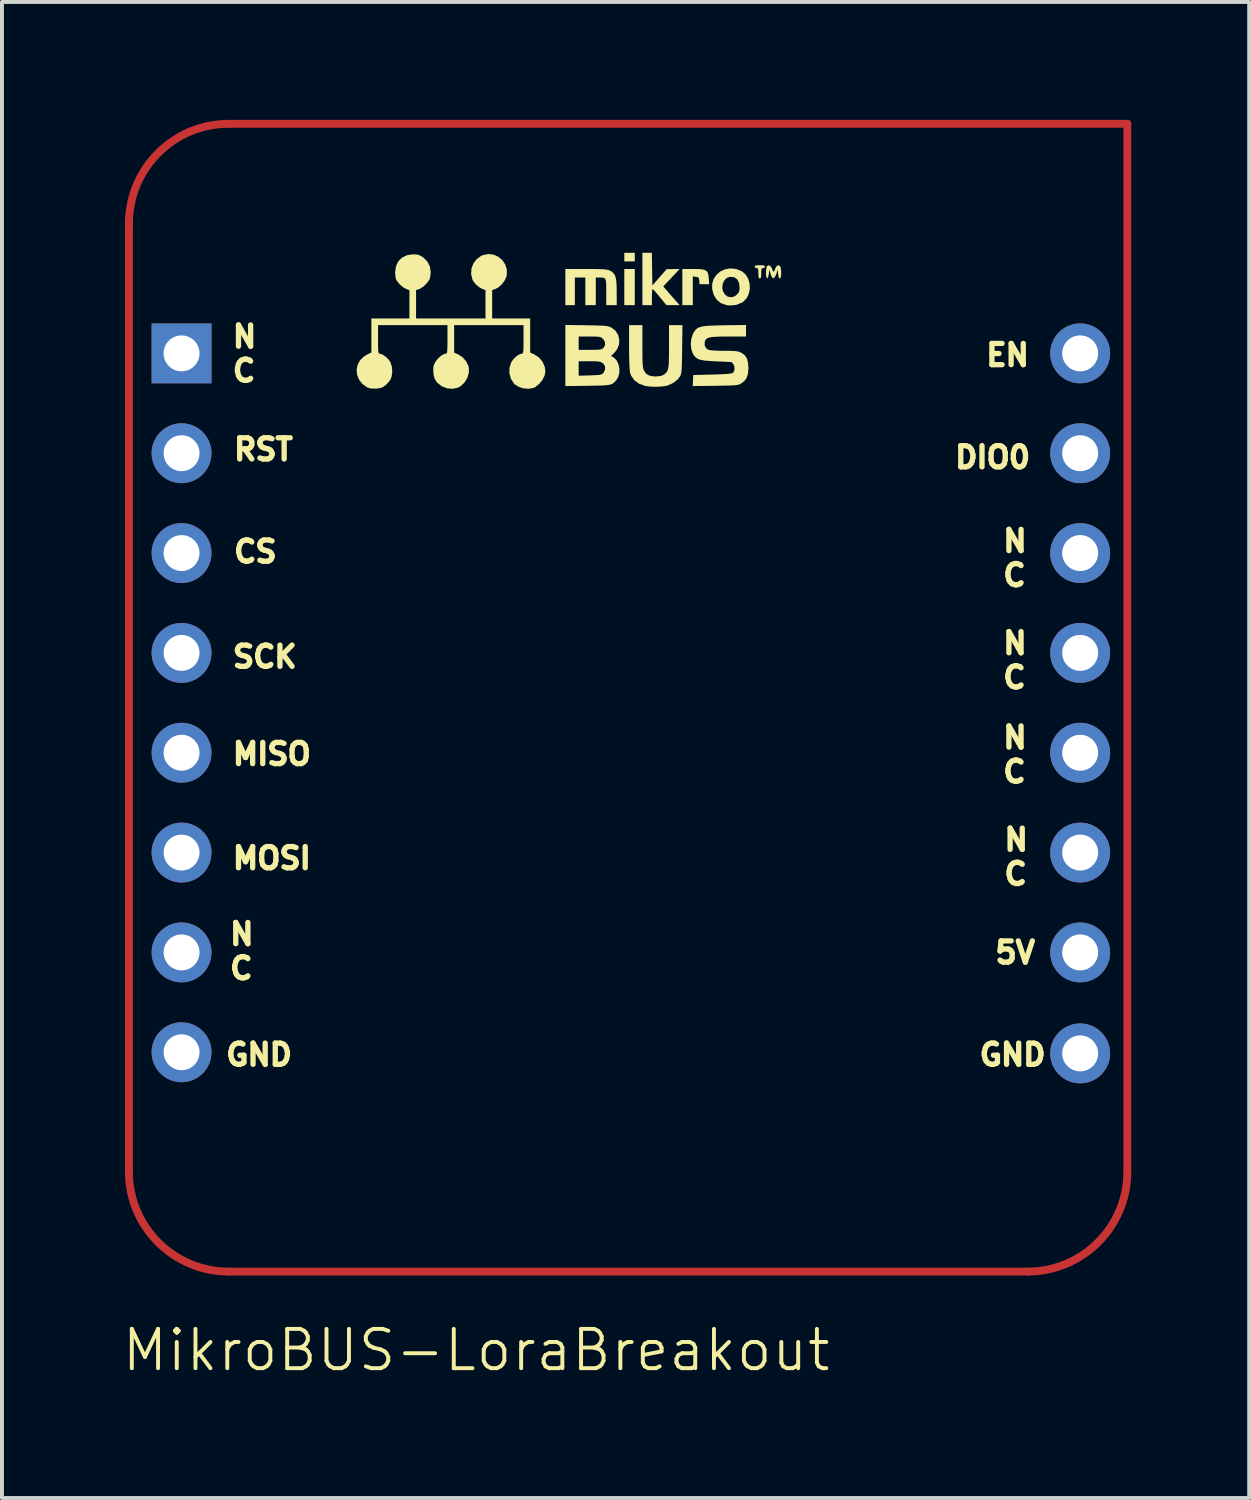
<source format=kicad_pcb>
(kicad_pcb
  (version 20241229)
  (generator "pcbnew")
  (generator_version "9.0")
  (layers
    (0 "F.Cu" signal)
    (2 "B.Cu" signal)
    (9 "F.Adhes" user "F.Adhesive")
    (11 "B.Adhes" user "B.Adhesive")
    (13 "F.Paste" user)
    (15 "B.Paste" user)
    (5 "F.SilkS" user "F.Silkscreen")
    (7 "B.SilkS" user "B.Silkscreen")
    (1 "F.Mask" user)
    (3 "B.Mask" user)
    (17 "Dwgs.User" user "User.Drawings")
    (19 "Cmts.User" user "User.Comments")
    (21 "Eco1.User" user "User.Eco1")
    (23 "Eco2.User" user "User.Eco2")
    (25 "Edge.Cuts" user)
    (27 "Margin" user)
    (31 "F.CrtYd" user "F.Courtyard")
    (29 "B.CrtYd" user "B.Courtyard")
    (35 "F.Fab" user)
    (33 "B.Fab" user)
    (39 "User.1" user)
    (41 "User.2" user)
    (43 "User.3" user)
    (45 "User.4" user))
  (footprint "MikroBUS-LoraBreakout"
    (layer "F.Cu")
    (at 13 15.3)
    (property "Reference" "MikroBUS-LoraBreakout" (at -13 16 0) (unlocked yes) (layer "F.SilkS") (effects (font (size 1 1) (thickness 0.1)) (justify left)))
    (fp_line (start -12.77 11.46) (end -12.77 -12.66) (stroke (width 0.2) (type default)) (layer "F.Cu"))
    (fp_line (start -10.23 -15.2) (end 12.63 -15.2) (stroke (width 0.2) (type default)) (layer "F.Cu"))
    (fp_line (start 10.09 14) (end -10.23 14) (stroke (width 0.2) (type default)) (layer "F.Cu"))
    (fp_line (start 12.63 -15.2) (end 12.63 11.46) (stroke (width 0.2) (type default)) (layer "F.Cu"))
    (fp_arc (start -12.77 -12.66) (mid -12.026051 -14.456051) (end -10.23 -15.2) (stroke (width 0.2) (type default)) (layer "F.Cu"))
    (fp_arc (start -10.23 14) (mid -12.026051 13.256051) (end -12.77 11.46) (stroke (width 0.2) (type default)) (layer "F.Cu"))
    (fp_arc (start 12.63 11.46) (mid 11.886051 13.256051) (end 10.09 14) (stroke (width 0.2) (type default)) (layer "F.Cu"))
    (fp_poly (pts (xy 0.099 -11.809) (xy 0.099 -11.7) (xy -0.034 -11.7) (xy -0.167 -11.7) (xy -0.167 -11.809) (xy -0.167 -11.918) (xy -0.034 -11.918) (xy 0.099 -11.918)) (stroke (width 0) (type solid)) (fill yes) (layer "F.SilkS"))
    (fp_poly (pts (xy 0.099 -11.047) (xy 0.099 -10.587) (xy -0.034 -10.587) (xy -0.167 -10.587) (xy -0.167 -11.047) (xy -0.167 -11.506) (xy -0.034 -11.506) (xy 0.099 -11.506)) (stroke (width 0) (type solid)) (fill yes) (layer "F.SilkS"))
    (fp_poly (pts (xy 1.728 -11.504) (xy 1.831 -11.495) (xy 1.9 -11.473) (xy 1.943 -11.436) (xy 1.967 -11.378) (xy 1.979 -11.295) (xy 1.981 -11.268) (xy 1.992 -11.119) (xy 1.869 -11.119) (xy 1.747 -11.119) (xy 1.74 -11.21) (xy 1.73 -11.27) (xy 1.707 -11.298) (xy 1.656 -11.308) (xy 1.653 -11.308) (xy 1.575 -11.316) (xy 1.575 -10.951) (xy 1.575 -10.587) (xy 1.442 -10.587) (xy 1.309 -10.587) (xy 1.309 -11.047) (xy 1.309 -11.506) (xy 1.584 -11.506)) (stroke (width 0) (type solid)) (fill yes) (layer "F.SilkS"))
    (fp_poly (pts (xy 3.36 -11.6) (xy 3.402 -11.588) (xy 3.413 -11.567) (xy 3.393 -11.537) (xy 3.365 -11.53) (xy 3.337 -11.525) (xy 3.322 -11.5) (xy 3.317 -11.444) (xy 3.316 -11.397) (xy 3.313 -11.317) (xy 3.302 -11.276) (xy 3.28 -11.264) (xy 3.258 -11.276) (xy 3.247 -11.318) (xy 3.244 -11.397) (xy 3.242 -11.474) (xy 3.233 -11.514) (xy 3.212 -11.529) (xy 3.196 -11.53) (xy 3.156 -11.546) (xy 3.147 -11.567) (xy 3.159 -11.589) (xy 3.201 -11.6) (xy 3.28 -11.603)) (stroke (width 0) (type solid)) (fill yes) (layer "F.SilkS"))
    (fp_poly (pts (xy 0.54 -11.502) (xy 0.547 -11.087) (xy 0.728 -11.295) (xy 0.91 -11.503) (xy 1.075 -11.504) (xy 1.241 -11.506) (xy 1.032 -11.285) (xy 0.824 -11.064) (xy 0.903 -10.972) (xy 0.959 -10.907) (xy 1.032 -10.823) (xy 1.107 -10.738) (xy 1.111 -10.733) (xy 1.241 -10.587) (xy 1.072 -10.587) (xy 0.904 -10.587) (xy 0.737 -10.791) (xy 0.668 -10.874) (xy 0.61 -10.941) (xy 0.568 -10.985) (xy 0.553 -10.997) (xy 0.545 -10.975) (xy 0.538 -10.916) (xy 0.535 -10.831) (xy 0.535 -10.793) (xy 0.535 -10.587) (xy 0.414 -10.587) (xy 0.293 -10.587) (xy 0.293 -11.252) (xy 0.293 -11.918) (xy 0.413 -11.918) (xy 0.533 -11.918)) (stroke (width 0) (type solid)) (fill yes) (layer "F.SilkS"))
    (fp_poly (pts (xy 3.54 -11.589) (xy 3.579 -11.544) (xy 3.591 -11.512) (xy 3.614 -11.451) (xy 3.636 -11.439) (xy 3.658 -11.475) (xy 3.671 -11.512) (xy 3.701 -11.572) (xy 3.743 -11.6) (xy 3.783 -11.593) (xy 3.809 -11.55) (xy 3.822 -11.472) (xy 3.825 -11.391) (xy 3.819 -11.321) (xy 3.804 -11.275) (xy 3.79 -11.264) (xy 3.765 -11.283) (xy 3.751 -11.342) (xy 3.747 -11.379) (xy 3.74 -11.494) (xy 3.702 -11.385) (xy 3.665 -11.304) (xy 3.63 -11.272) (xy 3.596 -11.287) (xy 3.564 -11.351) (xy 3.556 -11.378) (xy 3.522 -11.494) (xy 3.51 -11.387) (xy 3.494 -11.305) (xy 3.474 -11.269) (xy 3.455 -11.279) (xy 3.441 -11.333) (xy 3.438 -11.401) (xy 3.441 -11.484) (xy 3.45 -11.549) (xy 3.459 -11.575) (xy 3.496 -11.602)) (stroke (width 0) (type solid)) (fill yes) (layer "F.SilkS"))
    (fp_poly (pts (xy -1.141 -11.506) (xy -0.962 -11.506) (xy -0.826 -11.504) (xy -0.724 -11.501) (xy -0.649 -11.495) (xy -0.595 -11.486) (xy -0.555 -11.475) (xy -0.53 -11.464) (xy -0.469 -11.426) (xy -0.424 -11.378) (xy -0.393 -11.311) (xy -0.373 -11.219) (xy -0.363 -11.094) (xy -0.361 -10.928) (xy -0.361 -10.92) (xy -0.36 -10.587) (xy -0.494 -10.587) (xy -0.627 -10.587) (xy -0.627 -10.923) (xy -0.627 -11.063) (xy -0.63 -11.162) (xy -0.64 -11.226) (xy -0.659 -11.264) (xy -0.691 -11.282) (xy -0.739 -11.288) (xy -0.798 -11.289) (xy -0.893 -11.289) (xy -0.893 -10.938) (xy -0.893 -10.587) (xy -1.026 -10.587) (xy -1.159 -10.587) (xy -1.159 -10.938) (xy -1.159 -11.289) (xy -1.292 -11.289) (xy -1.425 -11.289) (xy -1.425 -10.938) (xy -1.425 -10.587) (xy -1.546 -10.587) (xy -1.667 -10.587) (xy -1.667 -11.047) (xy -1.667 -11.506)) (stroke (width 0) (type solid)) (fill yes) (layer "F.SilkS"))
    (fp_poly (pts (xy 2.673 -11.508) (xy 2.813 -11.454) (xy 2.819 -11.451) (xy 2.917 -11.37) (xy 2.984 -11.263) (xy 3.02 -11.138) (xy 3.026 -11.007) (xy 3.001 -10.878) (xy 2.946 -10.764) (xy 2.86 -10.673) (xy 2.824 -10.65) (xy 2.673 -10.591) (xy 2.509 -10.578) (xy 2.425 -10.589) (xy 2.29 -10.638) (xy 2.184 -10.724) (xy 2.109 -10.846) (xy 2.069 -10.989) (xy 2.069 -11.012) (xy 2.326 -11.012) (xy 2.35 -10.925) (xy 2.397 -10.854) (xy 2.462 -10.805) (xy 2.54 -10.786) (xy 2.623 -10.804) (xy 2.689 -10.848) (xy 2.739 -10.902) (xy 2.761 -10.961) (xy 2.766 -11.024) (xy 2.753 -11.148) (xy 2.71 -11.238) (xy 2.639 -11.291) (xy 2.623 -11.297) (xy 2.517 -11.308) (xy 2.431 -11.275) (xy 2.372 -11.209) (xy 2.332 -11.109) (xy 2.326 -11.012) (xy 2.069 -11.012) (xy 2.068 -11.131) (xy 2.107 -11.257) (xy 2.18 -11.363) (xy 2.279 -11.446) (xy 2.399 -11.5) (xy 2.532 -11.522)) (stroke (width 0) (type solid)) (fill yes) (layer "F.SilkS"))
    (fp_poly (pts (xy 0.293 -9.541) (xy 0.293 -9.361) (xy 0.295 -9.222) (xy 0.298 -9.118) (xy 0.304 -9.042) (xy 0.312 -8.987) (xy 0.323 -8.947) (xy 0.335 -8.918) (xy 0.389 -8.842) (xy 0.463 -8.796) (xy 0.567 -8.776) (xy 0.631 -8.773) (xy 0.754 -8.783) (xy 0.841 -8.817) (xy 0.904 -8.878) (xy 0.928 -8.918) (xy 0.942 -8.952) (xy 0.952 -8.994) (xy 0.96 -9.052) (xy 0.965 -9.132) (xy 0.968 -9.24) (xy 0.97 -9.385) (xy 0.97 -9.541) (xy 0.97 -10.079) (xy 1.141 -10.079) (xy 1.312 -10.079) (xy 1.304 -9.468) (xy 1.302 -9.276) (xy 1.298 -9.126) (xy 1.294 -9.012) (xy 1.289 -8.927) (xy 1.281 -8.866) (xy 1.272 -8.822) (xy 1.259 -8.79) (xy 1.253 -8.778) (xy 1.18 -8.686) (xy 1.073 -8.605) (xy 0.95 -8.548) (xy 0.895 -8.533) (xy 0.774 -8.516) (xy 0.632 -8.51) (xy 0.491 -8.515) (xy 0.372 -8.53) (xy 0.358 -8.533) (xy 0.206 -8.589) (xy 0.088 -8.676) (xy 0.007 -8.791) (xy -0.021 -8.864) (xy -0.028 -8.915) (xy -0.034 -9.005) (xy -0.04 -9.128) (xy -0.044 -9.275) (xy -0.046 -9.438) (xy -0.046 -9.517) (xy -0.046 -10.079) (xy 0.123 -10.079) (xy 0.293 -10.079)) (stroke (width 0) (type solid)) (fill yes) (layer "F.SilkS"))
    (fp_poly (pts (xy -1.129 -10.075) (xy -0.951 -10.072) (xy -0.816 -10.068) (xy -0.714 -10.064) (xy -0.64 -10.058) (xy -0.585 -10.049) (xy -0.544 -10.038) (xy -0.509 -10.023) (xy -0.494 -10.015) (xy -0.392 -9.935) (xy -0.325 -9.831) (xy -0.295 -9.712) (xy -0.301 -9.589) (xy -0.346 -9.47) (xy -0.422 -9.373) (xy -0.504 -9.296) (xy -0.436 -9.255) (xy -0.365 -9.185) (xy -0.316 -9.086) (xy -0.292 -8.97) (xy -0.295 -8.852) (xy -0.328 -8.746) (xy -0.352 -8.707) (xy -0.39 -8.657) (xy -0.426 -8.619) (xy -0.465 -8.59) (xy -0.516 -8.569) (xy -0.583 -8.555) (xy -0.675 -8.546) (xy -0.797 -8.541) (xy -0.956 -8.537) (xy -1.1 -8.535) (xy -1.667 -8.528) (xy -1.667 -8.976) (xy -1.328 -8.976) (xy -1.328 -8.792) (xy -1.036 -8.8) (xy -0.911 -8.805) (xy -0.826 -8.81) (xy -0.77 -8.819) (xy -0.735 -8.832) (xy -0.71 -8.851) (xy -0.697 -8.866) (xy -0.656 -8.948) (xy -0.658 -9.03) (xy -0.703 -9.1) (xy -0.715 -9.11) (xy -0.748 -9.132) (xy -0.789 -9.146) (xy -0.846 -9.155) (xy -0.932 -9.159) (xy -1.053 -9.16) (xy -1.328 -9.16) (xy -1.328 -8.976) (xy -1.667 -8.976) (xy -1.667 -9.305) (xy -1.667 -9.619) (xy -1.328 -9.619) (xy -1.328 -9.45) (xy -1.038 -9.45) (xy -0.912 -9.451) (xy -0.826 -9.454) (xy -0.769 -9.461) (xy -0.732 -9.474) (xy -0.705 -9.493) (xy -0.699 -9.498) (xy -0.657 -9.57) (xy -0.66 -9.649) (xy -0.706 -9.725) (xy -0.71 -9.729) (xy -0.739 -9.755) (xy -0.77 -9.772) (xy -0.814 -9.782) (xy -0.88 -9.787) (xy -0.98 -9.789) (xy -1.049 -9.789) (xy -1.328 -9.789) (xy -1.328 -9.619) (xy -1.667 -9.619) (xy -1.667 -10.083)) (stroke (width 0) (type solid)) (fill yes) (layer "F.SilkS"))
    (fp_poly (pts (xy 2.929 -9.936) (xy 2.929 -9.789) (xy 2.481 -9.789) (xy 2.297 -9.788) (xy 2.157 -9.783) (xy 2.052 -9.774) (xy 1.979 -9.758) (xy 1.929 -9.735) (xy 1.899 -9.704) (xy 1.881 -9.661) (xy 1.878 -9.645) (xy 1.878 -9.556) (xy 1.92 -9.485) (xy 1.977 -9.449) (xy 2.023 -9.44) (xy 2.106 -9.433) (xy 2.216 -9.428) (xy 2.342 -9.426) (xy 2.376 -9.426) (xy 2.517 -9.425) (xy 2.621 -9.421) (xy 2.695 -9.414) (xy 2.75 -9.402) (xy 2.795 -9.384) (xy 2.803 -9.38) (xy 2.892 -9.318) (xy 2.95 -9.236) (xy 2.981 -9.124) (xy 2.99 -8.99) (xy 2.98 -8.848) (xy 2.947 -8.739) (xy 2.887 -8.656) (xy 2.808 -8.596) (xy 2.779 -8.579) (xy 2.747 -8.566) (xy 2.706 -8.556) (xy 2.649 -8.549) (xy 2.569 -8.544) (xy 2.46 -8.541) (xy 2.316 -8.538) (xy 2.148 -8.535) (xy 1.572 -8.528) (xy 1.58 -8.668) (xy 1.587 -8.809) (xy 2.073 -8.821) (xy 2.254 -8.827) (xy 2.392 -8.833) (xy 2.491 -8.841) (xy 2.556 -8.85) (xy 2.593 -8.862) (xy 2.599 -8.866) (xy 2.632 -8.922) (xy 2.637 -8.997) (xy 2.616 -9.072) (xy 2.571 -9.13) (xy 2.559 -9.138) (xy 2.534 -9.14) (xy 2.47 -9.143) (xy 2.374 -9.148) (xy 2.253 -9.153) (xy 2.167 -9.157) (xy 1.997 -9.166) (xy 1.868 -9.178) (xy 1.772 -9.195) (xy 1.702 -9.22) (xy 1.649 -9.256) (xy 1.608 -9.305) (xy 1.577 -9.354) (xy 1.537 -9.467) (xy 1.524 -9.601) (xy 1.538 -9.737) (xy 1.58 -9.858) (xy 1.582 -9.862) (xy 1.616 -9.921) (xy 1.654 -9.968) (xy 1.7 -10.004) (xy 1.761 -10.03) (xy 1.843 -10.049) (xy 1.952 -10.061) (xy 2.094 -10.068) (xy 2.276 -10.073) (xy 2.379 -10.075) (xy 2.929 -10.082)) (stroke (width 0) (type solid)) (fill yes) (layer "F.SilkS"))
    (fp_poly (pts (xy -3.485 -11.869) (xy -3.368 -11.815) (xy -3.27 -11.731) (xy -3.197 -11.623) (xy -3.157 -11.499) (xy -3.156 -11.365) (xy -3.166 -11.314) (xy -3.211 -11.214) (xy -3.283 -11.117) (xy -3.369 -11.039) (xy -3.446 -10.998) (xy -3.529 -10.97) (xy -3.529 -10.609) (xy -3.529 -10.248) (xy -3.046 -10.248) (xy -2.562 -10.248) (xy -2.562 -9.814) (xy -2.562 -9.38) (xy -2.458 -9.334) (xy -2.337 -9.255) (xy -2.245 -9.144) (xy -2.189 -9.01) (xy -2.175 -8.894) (xy -2.197 -8.789) (xy -2.252 -8.681) (xy -2.332 -8.582) (xy -2.424 -8.508) (xy -2.473 -8.484) (xy -2.594 -8.46) (xy -2.725 -8.468) (xy -2.849 -8.506) (xy -2.951 -8.569) (xy -2.976 -8.595) (xy -3.053 -8.716) (xy -3.091 -8.854) (xy -3.088 -8.996) (xy -3.044 -9.131) (xy -3.034 -9.15) (xy -2.973 -9.229) (xy -2.898 -9.297) (xy -2.822 -9.341) (xy -2.771 -9.353) (xy -2.755 -9.358) (xy -2.744 -9.378) (xy -2.737 -9.419) (xy -2.733 -9.488) (xy -2.732 -9.594) (xy -2.731 -9.716) (xy -2.731 -10.079) (xy -3.614 -10.079) (xy -4.497 -10.079) (xy -4.497 -9.729) (xy -4.497 -9.38) (xy -4.39 -9.332) (xy -4.284 -9.263) (xy -4.195 -9.162) (xy -4.136 -9.046) (xy -4.122 -8.992) (xy -4.123 -8.862) (xy -4.162 -8.733) (xy -4.233 -8.617) (xy -4.329 -8.526) (xy -4.393 -8.491) (xy -4.53 -8.459) (xy -4.67 -8.469) (xy -4.803 -8.519) (xy -4.915 -8.604) (xy -4.948 -8.642) (xy -4.99 -8.71) (xy -5.014 -8.785) (xy -5.025 -8.884) (xy -5.028 -8.978) (xy -5.018 -9.046) (xy -4.991 -9.11) (xy -4.972 -9.145) (xy -4.91 -9.227) (xy -4.834 -9.296) (xy -4.757 -9.342) (xy -4.706 -9.353) (xy -4.691 -9.358) (xy -4.68 -9.378) (xy -4.673 -9.419) (xy -4.669 -9.488) (xy -4.667 -9.594) (xy -4.666 -9.716) (xy -4.666 -10.079) (xy -5.549 -10.079) (xy -6.432 -10.079) (xy -6.432 -9.716) (xy -6.432 -9.576) (xy -6.43 -9.477) (xy -6.426 -9.413) (xy -6.418 -9.375) (xy -6.407 -9.358) (xy -6.391 -9.353) (xy -6.39 -9.353) (xy -6.326 -9.335) (xy -6.251 -9.287) (xy -6.179 -9.22) (xy -6.124 -9.147) (xy -6.118 -9.136) (xy -6.08 -9.02) (xy -6.07 -8.89) (xy -6.088 -8.766) (xy -6.114 -8.7) (xy -6.163 -8.631) (xy -6.228 -8.562) (xy -6.248 -8.545) (xy -6.312 -8.501) (xy -6.378 -8.477) (xy -6.468 -8.465) (xy -6.488 -8.464) (xy -6.606 -8.465) (xy -6.691 -8.486) (xy -6.71 -8.495) (xy -6.833 -8.584) (xy -6.918 -8.694) (xy -6.966 -8.817) (xy -6.977 -8.946) (xy -6.951 -9.072) (xy -6.888 -9.187) (xy -6.787 -9.284) (xy -6.711 -9.329) (xy -6.602 -9.382) (xy -6.602 -9.815) (xy -6.602 -10.248) (xy -6.118 -10.248) (xy -5.634 -10.248) (xy -5.634 -10.609) (xy -5.634 -10.97) (xy -5.714 -10.997) (xy -5.793 -11.04) (xy -5.876 -11.11) (xy -5.946 -11.193) (xy -5.97 -11.233) (xy -5.985 -11.286) (xy -5.995 -11.366) (xy -5.997 -11.427) (xy -5.976 -11.578) (xy -5.916 -11.703) (xy -5.822 -11.797) (xy -5.696 -11.858) (xy -5.544 -11.88) (xy -5.532 -11.88) (xy -5.438 -11.874) (xy -5.366 -11.852) (xy -5.292 -11.808) (xy -5.183 -11.704) (xy -5.116 -11.577) (xy -5.093 -11.431) (xy -5.093 -11.421) (xy -5.1 -11.336) (xy -5.116 -11.263) (xy -5.125 -11.239) (xy -5.186 -11.151) (xy -5.266 -11.07) (xy -5.351 -11.011) (xy -5.384 -10.997) (xy -5.465 -10.97) (xy -5.465 -10.609) (xy -5.465 -10.248) (xy -4.582 -10.248) (xy -3.699 -10.248) (xy -3.699 -10.609) (xy -3.699 -10.969) (xy -3.766 -10.993) (xy -3.857 -11.042) (xy -3.946 -11.116) (xy -4.012 -11.201) (xy -4.029 -11.232) (xy -4.064 -11.374) (xy -4.056 -11.515) (xy -4.009 -11.645) (xy -3.926 -11.756) (xy -3.812 -11.839) (xy -3.75 -11.865) (xy -3.615 -11.888)) (stroke (width 0) (type solid)) (fill yes) (layer "F.SilkS"))
    (fp_text user "N\nC" (at -10.2 -8.6 0) (unlocked yes) (layer "F.SilkS") (effects (font (size 0.54 0.54) (thickness 0.135)) (justify left bottom)))
    (fp_text user "N\nC" (at 9.4 -3.4 0) (unlocked yes) (layer "F.SilkS") (effects (font (size 0.54 0.54) (thickness 0.135)) (justify left bottom)))
    (fp_text user "GND\n" (at -10.37 8.8 0) (unlocked yes) (layer "F.SilkS") (effects (font (size 0.54 0.54) (thickness 0.135)) (justify left bottom)))
    (fp_text user "EN" (at 10.2 -9 0) (unlocked yes) (layer "F.SilkS") (effects (font (size 0.54 0.54) (thickness 0.135)) (justify right bottom)))
    (fp_text user "MOSI" (at -10.2 3.8 0) (unlocked yes) (layer "F.SilkS") (effects (font (size 0.54 0.54) (thickness 0.135)) (justify left bottom)))
    (fp_text user "5V" (at 9.2 6.2 0) (unlocked yes) (layer "F.SilkS") (effects (font (size 0.54 0.54) (thickness 0.135)) (justify left bottom)))
    (fp_text user "N\nC" (at 9.4 -0.8 0) (unlocked yes) (layer "F.SilkS") (effects (font (size 0.54 0.54) (thickness 0.135)) (justify left bottom)))
    (fp_text user "RST\n" (at -10.17 -6.6 0) (unlocked yes) (layer "F.SilkS") (effects (font (size 0.54 0.54) (thickness 0.135)) (justify left bottom)))
    (fp_text user "CS" (at -10.17 -4 0) (unlocked yes) (layer "F.SilkS") (effects (font (size 0.54 0.54) (thickness 0.135)) (justify left bottom)))
    (fp_text user "N\nC" (at 9.43 4.2 0) (unlocked yes) (layer "F.SilkS") (effects (font (size 0.54 0.54) (thickness 0.135)) (justify left bottom)))
    (fp_text user "N\nC" (at 9.4 1.6 0) (unlocked yes) (layer "F.SilkS") (effects (font (size 0.54 0.54) (thickness 0.135)) (justify left bottom)))
    (fp_text user "SCK" (at -10.2 -1.325 0) (unlocked yes) (layer "F.SilkS") (effects (font (size 0.54 0.54) (thickness 0.135)) (justify left bottom)))
    (fp_text user "MISO" (at -10.2 1.15 0) (unlocked yes) (layer "F.SilkS") (effects (font (size 0.54 0.54) (thickness 0.135)) (justify left bottom)))
    (fp_text user "DIO0" (at 10.23 -6.4 0) (unlocked yes) (layer "F.SilkS") (effects (font (size 0.54 0.54) (thickness 0.135)) (justify right bottom)))
    (fp_text user "N\nC" (at -10.27 6.6 0) (unlocked yes) (layer "F.SilkS") (effects (font (size 0.54 0.54) (thickness 0.135)) (justify left bottom)))
    (fp_text user "GND\n" (at 8.8 8.8 0) (unlocked yes) (layer "F.SilkS") (effects (font (size 0.54 0.54) (thickness 0.135)) (justify left bottom)))
    (pad "1" thru_hole rect (at -11.431 -9.36 270) (size 1.524 1.524) (drill 0.914) (layers "*.Cu" "*.Mask"))
    (pad "2" thru_hole circle (at -11.431 -6.82 270) (size 1.524 1.524) (drill 0.914) (layers "*.Cu" "*.Mask"))
    (pad "3" thru_hole circle (at -11.431 -4.28 270) (size 1.524 1.524) (drill 0.914) (layers "*.Cu" "*.Mask"))
    (pad "4" thru_hole circle (at -11.431 -1.74 270) (size 1.524 1.524) (drill 0.914) (layers "*.Cu" "*.Mask"))
    (pad "5" thru_hole circle (at -11.431 0.8 270) (size 1.524 1.524) (drill 0.914) (layers "*.Cu" "*.Mask"))
    (pad "6" thru_hole circle (at -11.431 3.34 90) (size 1.524 1.524) (drill 0.914) (layers "*.Cu" "*.Mask"))
    (pad "7" thru_hole circle (at -11.431 5.88 90) (size 1.524 1.524) (drill 0.914) (layers "*.Cu" "*.Mask"))
    (pad "8" thru_hole circle (at -11.431 8.42 90) (size 1.524 1.524) (drill 0.914) (layers "*.Cu" "*.Mask"))
    (pad "9" thru_hole circle (at 11.43 -9.36 270) (size 1.524 1.524) (drill 0.914) (layers "*.Cu" "*.Mask"))
    (pad "10" thru_hole circle (at 11.43 -6.82 270) (size 1.524 1.524) (drill 0.914) (layers "*.Cu" "*.Mask"))
    (pad "11" thru_hole circle (at 11.43 -4.28 270) (size 1.524 1.524) (drill 0.914) (layers "*.Cu" "*.Mask"))
    (pad "12" thru_hole circle (at 11.43 -1.74 90) (size 1.524 1.524) (drill 0.914) (layers "*.Cu" "*.Mask"))
    (pad "13" thru_hole circle (at 11.43 0.8 90) (size 1.524 1.524) (drill 0.914) (layers "*.Cu" "*.Mask"))
    (pad "14" thru_hole circle (at 11.43 3.34 90) (size 1.524 1.524) (drill 0.914) (layers "*.Cu" "*.Mask"))
    (pad "15" thru_hole circle (at 11.43 5.88 90) (size 1.524 1.524) (drill 0.914) (layers "*.Cu" "*.Mask"))
    (pad "16" thru_hole circle (at 11.43 8.449 90) (size 1.524 1.524) (drill 0.914) (layers "*.Cu" "*.Mask")))
  (gr_rect
    (start -3 -3)
    (end 28.73 35.06)
    (stroke (width 0.1) (type default))
    (fill no)
    (layer "Edge.Cuts")))
</source>
